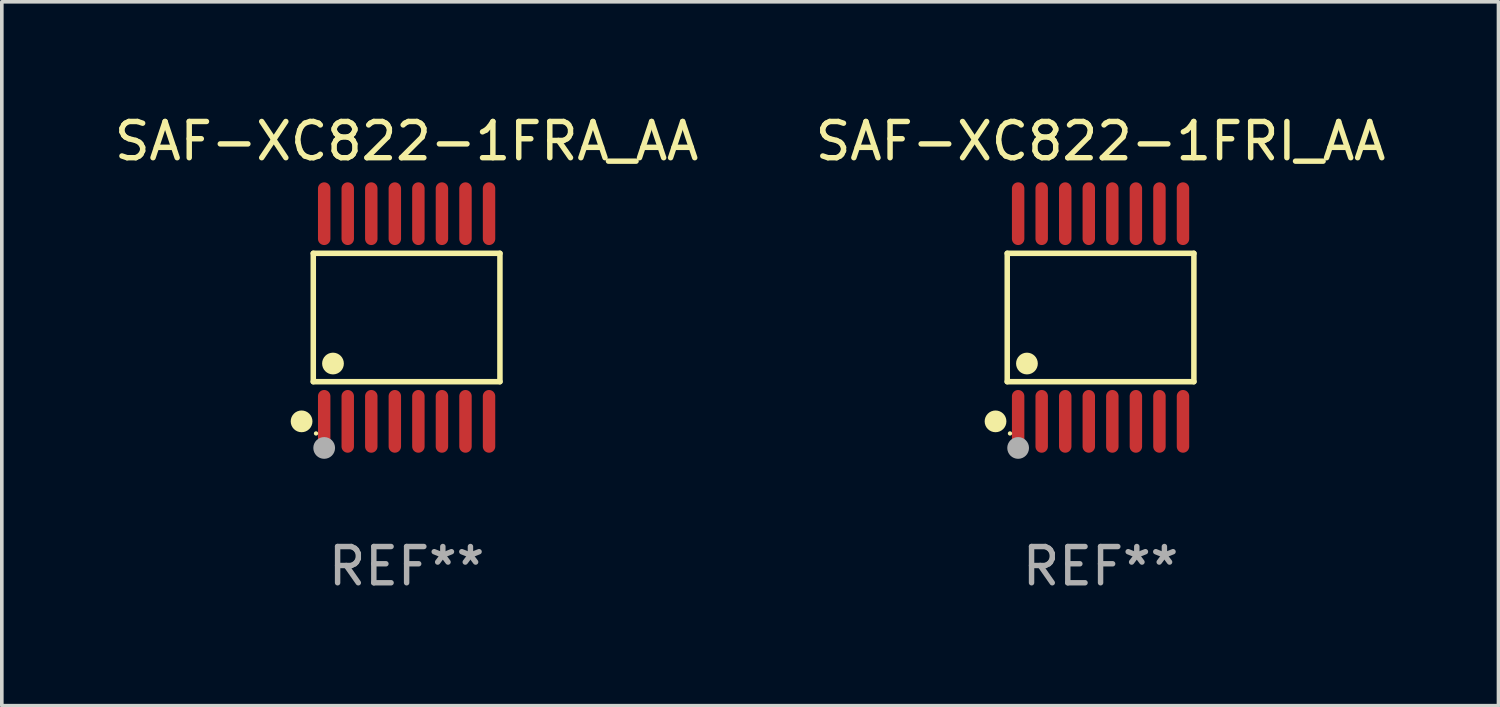
<source format=kicad_pcb>
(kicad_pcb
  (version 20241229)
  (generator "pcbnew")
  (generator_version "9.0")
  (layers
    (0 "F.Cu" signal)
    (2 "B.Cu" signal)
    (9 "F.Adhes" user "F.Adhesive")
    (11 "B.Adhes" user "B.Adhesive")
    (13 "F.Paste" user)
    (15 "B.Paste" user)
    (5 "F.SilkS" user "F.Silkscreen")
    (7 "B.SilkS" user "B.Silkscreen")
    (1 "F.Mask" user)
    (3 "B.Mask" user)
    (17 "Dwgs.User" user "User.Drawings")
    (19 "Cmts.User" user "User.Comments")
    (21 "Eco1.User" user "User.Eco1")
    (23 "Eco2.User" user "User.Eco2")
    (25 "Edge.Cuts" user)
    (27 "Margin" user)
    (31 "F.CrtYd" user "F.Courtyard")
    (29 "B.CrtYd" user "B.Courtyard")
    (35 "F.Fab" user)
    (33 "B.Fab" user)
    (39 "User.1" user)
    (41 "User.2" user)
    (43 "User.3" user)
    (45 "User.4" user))
  (footprint "SAF-XC822-1FRA_AA"
    (layer "F.Cu")
    (at 8.173 5.714)
    (property "Reference" "SAF-XC822-1FRA_AA" (at 0 -4.866 0) (layer "F.SilkS") (effects (font (size 1 1) (thickness 0.15))))
    (attr through_hole)
    (fp_line (start -2.576 -1.772) (end 2.576 -1.772) (stroke (width 0.152) (type solid)) (layer "F.SilkS"))
    (fp_line (start -2.576 1.771) (end -2.576 -1.772) (stroke (width 0.152) (type solid)) (layer "F.SilkS"))
    (fp_line (start 2.576 -1.772) (end 2.576 1.771) (stroke (width 0.152) (type solid)) (layer "F.SilkS"))
    (fp_line (start 2.576 1.771) (end -2.576 1.771) (stroke (width 0.152) (type solid)) (layer "F.SilkS"))
    (fp_circle (center -2.899 2.866) (end -2.749 2.866) (stroke (width 0.3) (type solid)) (fill no) (layer "F.SilkS"))
    (fp_circle (center -2.5 3.2) (end -2.47 3.2) (stroke (width 0.06) (type solid)) (fill no) (layer "F.SilkS"))
    (fp_circle (center -2.032 1.27) (end -1.882 1.27) (stroke (width 0.3) (type solid)) (fill no) (layer "F.SilkS"))
    (fp_circle (center -2.275 3.6) (end -2.125 3.6) (stroke (width 0.3) (type solid)) (fill no) (layer "F.Fab"))
    (fp_text user "REF**" (at 0 6.866 0) (layer "F.Fab") (effects (font (size 1 1) (thickness 0.15))))
    (pad "1" smd oval (at -2.275 2.866) (size 0.343 1.731) (layers "F.Cu" "F.Mask" "F.Paste"))
    (pad "2" smd oval (at -1.625 2.866) (size 0.343 1.731) (layers "F.Cu" "F.Mask" "F.Paste"))
    (pad "3" smd oval (at -0.975 2.866) (size 0.343 1.731) (layers "F.Cu" "F.Mask" "F.Paste"))
    (pad "4" smd oval (at -0.325 2.866) (size 0.343 1.731) (layers "F.Cu" "F.Mask" "F.Paste"))
    (pad "5" smd oval (at 0.325 2.866) (size 0.343 1.731) (layers "F.Cu" "F.Mask" "F.Paste"))
    (pad "6" smd oval (at 0.975 2.866) (size 0.343 1.731) (layers "F.Cu" "F.Mask" "F.Paste"))
    (pad "7" smd oval (at 1.625 2.866) (size 0.343 1.731) (layers "F.Cu" "F.Mask" "F.Paste"))
    (pad "8" smd oval (at 2.275 2.866) (size 0.343 1.731) (layers "F.Cu" "F.Mask" "F.Paste"))
    (pad "9" smd oval (at 2.275 -2.866) (size 0.343 1.731) (layers "F.Cu" "F.Mask" "F.Paste"))
    (pad "10" smd oval (at 1.625 -2.866) (size 0.343 1.731) (layers "F.Cu" "F.Mask" "F.Paste"))
    (pad "11" smd oval (at 0.975 -2.866) (size 0.343 1.731) (layers "F.Cu" "F.Mask" "F.Paste"))
    (pad "12" smd oval (at 0.325 -2.866) (size 0.343 1.731) (layers "F.Cu" "F.Mask" "F.Paste"))
    (pad "13" smd oval (at -0.325 -2.866) (size 0.343 1.731) (layers "F.Cu" "F.Mask" "F.Paste"))
    (pad "14" smd oval (at -0.975 -2.866) (size 0.343 1.731) (layers "F.Cu" "F.Mask" "F.Paste"))
    (pad "15" smd oval (at -1.625 -2.866) (size 0.343 1.731) (layers "F.Cu" "F.Mask" "F.Paste"))
    (pad "16" smd oval (at -2.275 -2.866) (size 0.343 1.731) (layers "F.Cu" "F.Mask" "F.Paste")))
  (footprint "SAF-XC822-1FRI_AA"
    (layer "F.Cu")
    (at 27.327 5.714)
    (property "Reference" "SAF-XC822-1FRI_AA" (at 0 -4.866 0) (layer "F.SilkS") (effects (font (size 1 1) (thickness 0.15))))
    (attr through_hole)
    (fp_line (start -2.576 -1.772) (end 2.576 -1.772) (stroke (width 0.152) (type solid)) (layer "F.SilkS"))
    (fp_line (start -2.576 1.771) (end -2.576 -1.772) (stroke (width 0.152) (type solid)) (layer "F.SilkS"))
    (fp_line (start 2.576 -1.772) (end 2.576 1.771) (stroke (width 0.152) (type solid)) (layer "F.SilkS"))
    (fp_line (start 2.576 1.771) (end -2.576 1.771) (stroke (width 0.152) (type solid)) (layer "F.SilkS"))
    (fp_circle (center -2.899 2.866) (end -2.749 2.866) (stroke (width 0.3) (type solid)) (fill no) (layer "F.SilkS"))
    (fp_circle (center -2.5 3.2) (end -2.47 3.2) (stroke (width 0.06) (type solid)) (fill no) (layer "F.SilkS"))
    (fp_circle (center -2.032 1.27) (end -1.882 1.27) (stroke (width 0.3) (type solid)) (fill no) (layer "F.SilkS"))
    (fp_circle (center -2.275 3.6) (end -2.125 3.6) (stroke (width 0.3) (type solid)) (fill no) (layer "F.Fab"))
    (fp_text user "REF**" (at 0 6.866 0) (layer "F.Fab") (effects (font (size 1 1) (thickness 0.15))))
    (pad "1" smd oval (at -2.275 2.866) (size 0.343 1.731) (layers "F.Cu" "F.Mask" "F.Paste"))
    (pad "2" smd oval (at -1.625 2.866) (size 0.343 1.731) (layers "F.Cu" "F.Mask" "F.Paste"))
    (pad "3" smd oval (at -0.975 2.866) (size 0.343 1.731) (layers "F.Cu" "F.Mask" "F.Paste"))
    (pad "4" smd oval (at -0.325 2.866) (size 0.343 1.731) (layers "F.Cu" "F.Mask" "F.Paste"))
    (pad "5" smd oval (at 0.325 2.866) (size 0.343 1.731) (layers "F.Cu" "F.Mask" "F.Paste"))
    (pad "6" smd oval (at 0.975 2.866) (size 0.343 1.731) (layers "F.Cu" "F.Mask" "F.Paste"))
    (pad "7" smd oval (at 1.625 2.866) (size 0.343 1.731) (layers "F.Cu" "F.Mask" "F.Paste"))
    (pad "8" smd oval (at 2.275 2.866) (size 0.343 1.731) (layers "F.Cu" "F.Mask" "F.Paste"))
    (pad "9" smd oval (at 2.275 -2.866) (size 0.343 1.731) (layers "F.Cu" "F.Mask" "F.Paste"))
    (pad "10" smd oval (at 1.625 -2.866) (size 0.343 1.731) (layers "F.Cu" "F.Mask" "F.Paste"))
    (pad "11" smd oval (at 0.975 -2.866) (size 0.343 1.731) (layers "F.Cu" "F.Mask" "F.Paste"))
    (pad "12" smd oval (at 0.325 -2.866) (size 0.343 1.731) (layers "F.Cu" "F.Mask" "F.Paste"))
    (pad "13" smd oval (at -0.325 -2.866) (size 0.343 1.731) (layers "F.Cu" "F.Mask" "F.Paste"))
    (pad "14" smd oval (at -0.975 -2.866) (size 0.343 1.731) (layers "F.Cu" "F.Mask" "F.Paste"))
    (pad "15" smd oval (at -1.625 -2.866) (size 0.343 1.731) (layers "F.Cu" "F.Mask" "F.Paste"))
    (pad "16" smd oval (at -2.275 -2.866) (size 0.343 1.731) (layers "F.Cu" "F.Mask" "F.Paste")))
  (gr_rect
    (start -3 -3)
    (end 38.31 16.428)
    (stroke (width 0.1) (type default))
    (fill no)
    (layer "Edge.Cuts")))
</source>
